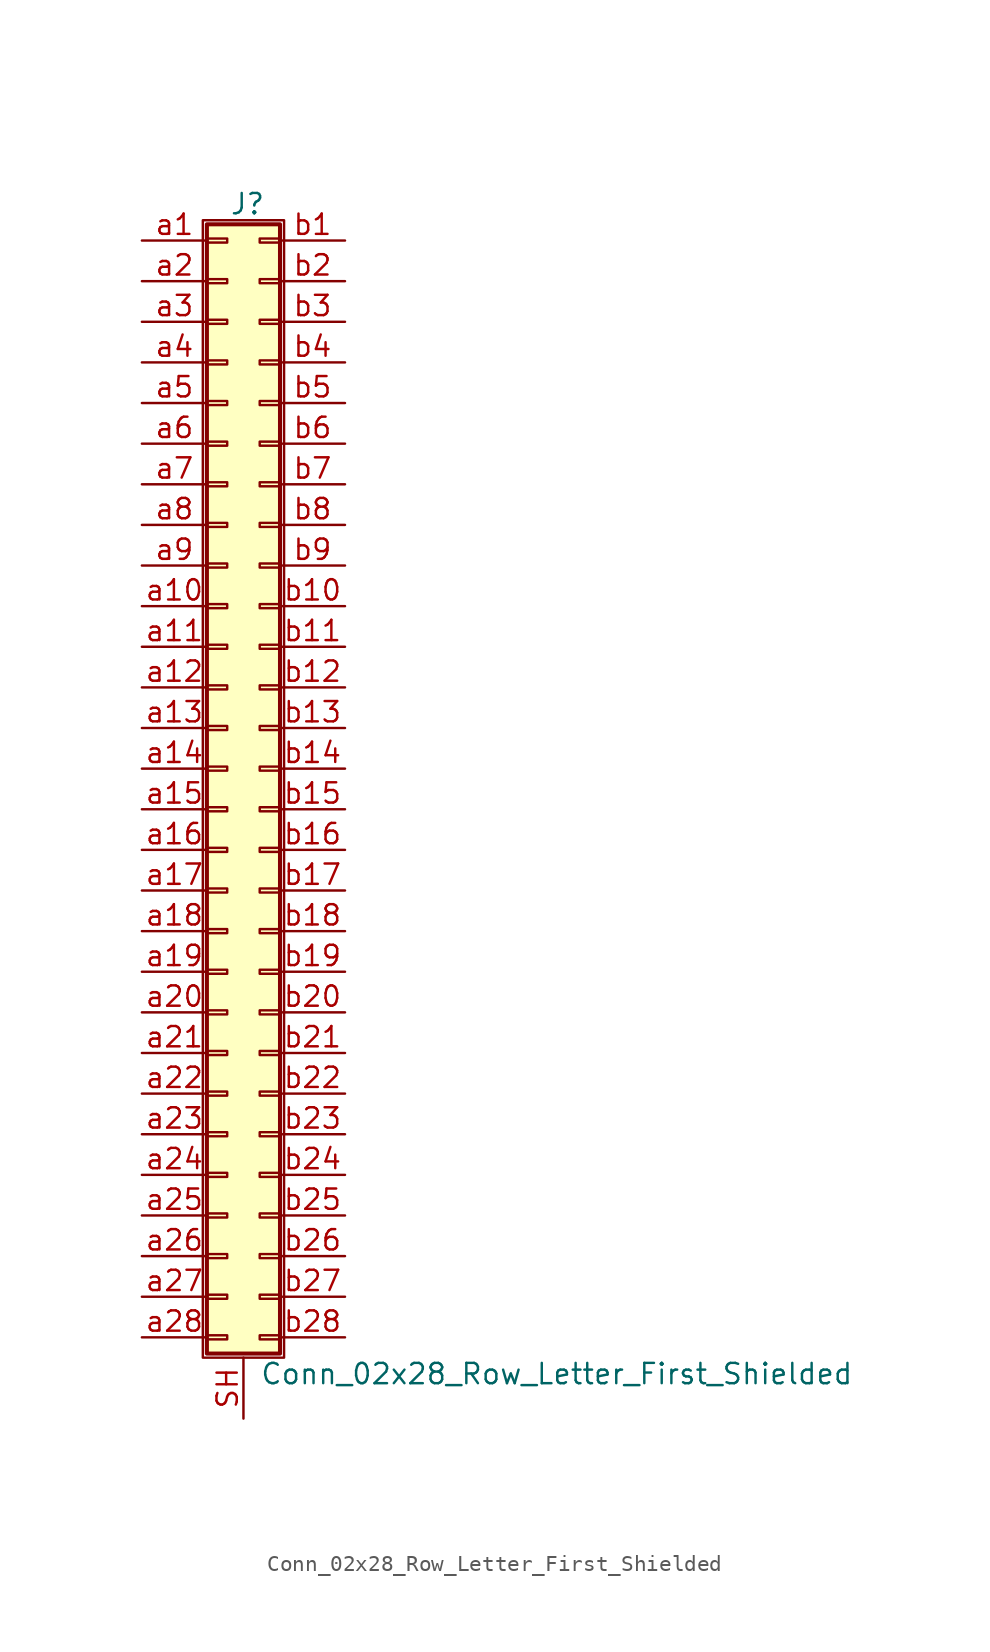
<source format=kicad_sym>
(kicad_symbol_lib
  (version 20211014)
  (generator kicad_symbol_editor)
  (symbol "Conn_02x28_Row_Letter_First_Shielded"
    (pin_names
      (offset 1.016) hide)
    (property "Reference" "J"
      (at 1.524 35.306 0)
      (effects (font (size 1.27 1.27))))
    (property "Value" "Conn_02x28_Row_Letter_First_Shielded"
      (at 2.286 -37.846 0)
      (effects (font (size 1.27 1.27)) (justify left)))
    (symbol "Conn_02x28_Row_Letter_First_Shielded_1_1"
      (rectangle (start -1.27 34.29) (end 3.81 -36.83) (stroke (width 0.152) (type default) (color 0 0 0 0)) (fill (type none)))
      (rectangle (start -1.016 -35.433) (end 0.254 -35.687) (stroke (width 0.152) (type default) (color 0 0 0 0)) (fill (type none)))
      (rectangle (start -1.016 -32.893) (end 0.254 -33.147) (stroke (width 0.152) (type default) (color 0 0 0 0)) (fill (type none)))
      (rectangle (start -1.016 -30.353) (end 0.254 -30.607) (stroke (width 0.152) (type default) (color 0 0 0 0)) (fill (type none)))
      (rectangle (start -1.016 -27.813) (end 0.254 -28.067) (stroke (width 0.152) (type default) (color 0 0 0 0)) (fill (type none)))
      (rectangle (start -1.016 -25.273) (end 0.254 -25.527) (stroke (width 0.152) (type default) (color 0 0 0 0)) (fill (type none)))
      (rectangle (start -1.016 -22.733) (end 0.254 -22.987) (stroke (width 0.152) (type default) (color 0 0 0 0)) (fill (type none)))
      (rectangle (start -1.016 -20.193) (end 0.254 -20.447) (stroke (width 0.152) (type default) (color 0 0 0 0)) (fill (type none)))
      (rectangle (start -1.016 -17.653) (end 0.254 -17.907) (stroke (width 0.152) (type default) (color 0 0 0 0)) (fill (type none)))
      (rectangle (start -1.016 -15.113) (end 0.254 -15.367) (stroke (width 0.152) (type default) (color 0 0 0 0)) (fill (type none)))
      (rectangle (start -1.016 -12.573) (end 0.254 -12.827) (stroke (width 0.152) (type default) (color 0 0 0 0)) (fill (type none)))
      (rectangle (start -1.016 -10.033) (end 0.254 -10.287) (stroke (width 0.152) (type default) (color 0 0 0 0)) (fill (type none)))
      (rectangle (start -1.016 -7.493) (end 0.254 -7.747) (stroke (width 0.152) (type default) (color 0 0 0 0)) (fill (type none)))
      (rectangle (start -1.016 -4.953) (end 0.254 -5.207) (stroke (width 0.152) (type default) (color 0 0 0 0)) (fill (type none)))
      (rectangle (start -1.016 -2.413) (end 0.254 -2.667) (stroke (width 0.152) (type default) (color 0 0 0 0)) (fill (type none)))
      (rectangle (start -1.016 0.127) (end 0.254 -0.127) (stroke (width 0.152) (type default) (color 0 0 0 0)) (fill (type none)))
      (rectangle (start -1.016 2.667) (end 0.254 2.413) (stroke (width 0.152) (type default) (color 0 0 0 0)) (fill (type none)))
      (rectangle (start -1.016 5.207) (end 0.254 4.953) (stroke (width 0.152) (type default) (color 0 0 0 0)) (fill (type none)))
      (rectangle (start -1.016 7.747) (end 0.254 7.493) (stroke (width 0.152) (type default) (color 0 0 0 0)) (fill (type none)))
      (rectangle (start -1.016 10.287) (end 0.254 10.033) (stroke (width 0.152) (type default) (color 0 0 0 0)) (fill (type none)))
      (rectangle (start -1.016 12.827) (end 0.254 12.573) (stroke (width 0.152) (type default) (color 0 0 0 0)) (fill (type none)))
      (rectangle (start -1.016 15.367) (end 0.254 15.113) (stroke (width 0.152) (type default) (color 0 0 0 0)) (fill (type none)))
      (rectangle (start -1.016 17.907) (end 0.254 17.653) (stroke (width 0.152) (type default) (color 0 0 0 0)) (fill (type none)))
      (rectangle (start -1.016 20.447) (end 0.254 20.193) (stroke (width 0.152) (type default) (color 0 0 0 0)) (fill (type none)))
      (rectangle (start -1.016 22.987) (end 0.254 22.733) (stroke (width 0.152) (type default) (color 0 0 0 0)) (fill (type none)))
      (rectangle (start -1.016 25.527) (end 0.254 25.273) (stroke (width 0.152) (type default) (color 0 0 0 0)) (fill (type none)))
      (rectangle (start -1.016 28.067) (end 0.254 27.813) (stroke (width 0.152) (type default) (color 0 0 0 0)) (fill (type none)))
      (rectangle (start -1.016 30.607) (end 0.254 30.353) (stroke (width 0.152) (type default) (color 0 0 0 0)) (fill (type none)))
      (rectangle (start -1.016 33.147) (end 0.254 32.893) (stroke (width 0.152) (type default) (color 0 0 0 0)) (fill (type none)))
      (rectangle (start -1.016 34.036) (end 3.556 -36.576) (stroke (width 0.254) (type default) (color 0 0 0 0)) (fill (type background)))
      (rectangle (start 3.556 -35.433) (end 2.286 -35.687) (stroke (width 0.152) (type default) (color 0 0 0 0)) (fill (type none)))
      (rectangle (start 3.556 -32.893) (end 2.286 -33.147) (stroke (width 0.152) (type default) (color 0 0 0 0)) (fill (type none)))
      (rectangle (start 3.556 -30.353) (end 2.286 -30.607) (stroke (width 0.152) (type default) (color 0 0 0 0)) (fill (type none)))
      (rectangle (start 3.556 -27.813) (end 2.286 -28.067) (stroke (width 0.152) (type default) (color 0 0 0 0)) (fill (type none)))
      (rectangle (start 3.556 -25.273) (end 2.286 -25.527) (stroke (width 0.152) (type default) (color 0 0 0 0)) (fill (type none)))
      (rectangle (start 3.556 -22.733) (end 2.286 -22.987) (stroke (width 0.152) (type default) (color 0 0 0 0)) (fill (type none)))
      (rectangle (start 3.556 -20.193) (end 2.286 -20.447) (stroke (width 0.152) (type default) (color 0 0 0 0)) (fill (type none)))
      (rectangle (start 3.556 -17.653) (end 2.286 -17.907) (stroke (width 0.152) (type default) (color 0 0 0 0)) (fill (type none)))
      (rectangle (start 3.556 -15.113) (end 2.286 -15.367) (stroke (width 0.152) (type default) (color 0 0 0 0)) (fill (type none)))
      (rectangle (start 3.556 -12.573) (end 2.286 -12.827) (stroke (width 0.152) (type default) (color 0 0 0 0)) (fill (type none)))
      (rectangle (start 3.556 -10.033) (end 2.286 -10.287) (stroke (width 0.152) (type default) (color 0 0 0 0)) (fill (type none)))
      (rectangle (start 3.556 -7.493) (end 2.286 -7.747) (stroke (width 0.152) (type default) (color 0 0 0 0)) (fill (type none)))
      (rectangle (start 3.556 -4.953) (end 2.286 -5.207) (stroke (width 0.152) (type default) (color 0 0 0 0)) (fill (type none)))
      (rectangle (start 3.556 -2.413) (end 2.286 -2.667) (stroke (width 0.152) (type default) (color 0 0 0 0)) (fill (type none)))
      (rectangle (start 3.556 0.127) (end 2.286 -0.127) (stroke (width 0.152) (type default) (color 0 0 0 0)) (fill (type none)))
      (rectangle (start 3.556 2.667) (end 2.286 2.413) (stroke (width 0.152) (type default) (color 0 0 0 0)) (fill (type none)))
      (rectangle (start 3.556 5.207) (end 2.286 4.953) (stroke (width 0.152) (type default) (color 0 0 0 0)) (fill (type none)))
      (rectangle (start 3.556 7.747) (end 2.286 7.493) (stroke (width 0.152) (type default) (color 0 0 0 0)) (fill (type none)))
      (rectangle (start 3.556 10.287) (end 2.286 10.033) (stroke (width 0.152) (type default) (color 0 0 0 0)) (fill (type none)))
      (rectangle (start 3.556 12.827) (end 2.286 12.573) (stroke (width 0.152) (type default) (color 0 0 0 0)) (fill (type none)))
      (rectangle (start 3.556 15.367) (end 2.286 15.113) (stroke (width 0.152) (type default) (color 0 0 0 0)) (fill (type none)))
      (rectangle (start 3.556 17.907) (end 2.286 17.653) (stroke (width 0.152) (type default) (color 0 0 0 0)) (fill (type none)))
      (rectangle (start 3.556 20.447) (end 2.286 20.193) (stroke (width 0.152) (type default) (color 0 0 0 0)) (fill (type none)))
      (rectangle (start 3.556 22.987) (end 2.286 22.733) (stroke (width 0.152) (type default) (color 0 0 0 0)) (fill (type none)))
      (rectangle (start 3.556 25.527) (end 2.286 25.273) (stroke (width 0.152) (type default) (color 0 0 0 0)) (fill (type none)))
      (rectangle (start 3.556 28.067) (end 2.286 27.813) (stroke (width 0.152) (type default) (color 0 0 0 0)) (fill (type none)))
      (rectangle (start 3.556 30.607) (end 2.286 30.353) (stroke (width 0.152) (type default) (color 0 0 0 0)) (fill (type none)))
      (rectangle (start 3.556 33.147) (end 2.286 32.893) (stroke (width 0.152) (type default) (color 0 0 0 0)) (fill (type none)))
      (pin passive line (at 1.27 -40.64 90) (length 3.81) (name "Shield" (effects (font (size 1.27 1.27)))) (number "SH" (effects (font (size 1.27 1.27)))))
      (pin passive line (at -5.08 33.02 0) (length 4.064) (name "Pin_a1" (effects (font (size 1.27 1.27)))) (number "a1" (effects (font (size 1.27 1.27)))))
      (pin passive line (at -5.08 10.16 0) (length 4.064) (name "Pin_a10" (effects (font (size 1.27 1.27)))) (number "a10" (effects (font (size 1.27 1.27)))))
      (pin passive line (at -5.08 7.62 0) (length 4.064) (name "Pin_a11" (effects (font (size 1.27 1.27)))) (number "a11" (effects (font (size 1.27 1.27)))))
      (pin passive line (at -5.08 5.08 0) (length 4.064) (name "Pin_a12" (effects (font (size 1.27 1.27)))) (number "a12" (effects (font (size 1.27 1.27)))))
      (pin passive line (at -5.08 2.54 0) (length 4.064) (name "Pin_a13" (effects (font (size 1.27 1.27)))) (number "a13" (effects (font (size 1.27 1.27)))))
      (pin passive line (at -5.08 0 0) (length 4.064) (name "Pin_a14" (effects (font (size 1.27 1.27)))) (number "a14" (effects (font (size 1.27 1.27)))))
      (pin passive line (at -5.08 -2.54 0) (length 4.064) (name "Pin_a15" (effects (font (size 1.27 1.27)))) (number "a15" (effects (font (size 1.27 1.27)))))
      (pin passive line (at -5.08 -5.08 0) (length 4.064) (name "Pin_a16" (effects (font (size 1.27 1.27)))) (number "a16" (effects (font (size 1.27 1.27)))))
      (pin passive line (at -5.08 -7.62 0) (length 4.064) (name "Pin_a17" (effects (font (size 1.27 1.27)))) (number "a17" (effects (font (size 1.27 1.27)))))
      (pin passive line (at -5.08 -10.16 0) (length 4.064) (name "Pin_a18" (effects (font (size 1.27 1.27)))) (number "a18" (effects (font (size 1.27 1.27)))))
      (pin passive line (at -5.08 -12.7 0) (length 4.064) (name "Pin_a19" (effects (font (size 1.27 1.27)))) (number "a19" (effects (font (size 1.27 1.27)))))
      (pin passive line (at -5.08 30.48 0) (length 4.064) (name "Pin_a2" (effects (font (size 1.27 1.27)))) (number "a2" (effects (font (size 1.27 1.27)))))
      (pin passive line (at -5.08 -15.24 0) (length 4.064) (name "Pin_a20" (effects (font (size 1.27 1.27)))) (number "a20" (effects (font (size 1.27 1.27)))))
      (pin passive line (at -5.08 -17.78 0) (length 4.064) (name "Pin_a21" (effects (font (size 1.27 1.27)))) (number "a21" (effects (font (size 1.27 1.27)))))
      (pin passive line (at -5.08 -20.32 0) (length 4.064) (name "Pin_a22" (effects (font (size 1.27 1.27)))) (number "a22" (effects (font (size 1.27 1.27)))))
      (pin passive line (at -5.08 -22.86 0) (length 4.064) (name "Pin_a23" (effects (font (size 1.27 1.27)))) (number "a23" (effects (font (size 1.27 1.27)))))
      (pin passive line (at -5.08 -25.4 0) (length 4.064) (name "Pin_a24" (effects (font (size 1.27 1.27)))) (number "a24" (effects (font (size 1.27 1.27)))))
      (pin passive line (at -5.08 -27.94 0) (length 4.064) (name "Pin_a25" (effects (font (size 1.27 1.27)))) (number "a25" (effects (font (size 1.27 1.27)))))
      (pin passive line (at -5.08 -30.48 0) (length 4.064) (name "Pin_a26" (effects (font (size 1.27 1.27)))) (number "a26" (effects (font (size 1.27 1.27)))))
      (pin passive line (at -5.08 -33.02 0) (length 4.064) (name "Pin_a27" (effects (font (size 1.27 1.27)))) (number "a27" (effects (font (size 1.27 1.27)))))
      (pin passive line (at -5.08 -35.56 0) (length 4.064) (name "Pin_a28" (effects (font (size 1.27 1.27)))) (number "a28" (effects (font (size 1.27 1.27)))))
      (pin passive line (at -5.08 27.94 0) (length 4.064) (name "Pin_a3" (effects (font (size 1.27 1.27)))) (number "a3" (effects (font (size 1.27 1.27)))))
      (pin passive line (at -5.08 25.4 0) (length 4.064) (name "Pin_a4" (effects (font (size 1.27 1.27)))) (number "a4" (effects (font (size 1.27 1.27)))))
      (pin passive line (at -5.08 22.86 0) (length 4.064) (name "Pin_a5" (effects (font (size 1.27 1.27)))) (number "a5" (effects (font (size 1.27 1.27)))))
      (pin passive line (at -5.08 20.32 0) (length 4.064) (name "Pin_a6" (effects (font (size 1.27 1.27)))) (number "a6" (effects (font (size 1.27 1.27)))))
      (pin passive line (at -5.08 17.78 0) (length 4.064) (name "Pin_a7" (effects (font (size 1.27 1.27)))) (number "a7" (effects (font (size 1.27 1.27)))))
      (pin passive line (at -5.08 15.24 0) (length 4.064) (name "Pin_a8" (effects (font (size 1.27 1.27)))) (number "a8" (effects (font (size 1.27 1.27)))))
      (pin passive line (at -5.08 12.7 0) (length 4.064) (name "Pin_a9" (effects (font (size 1.27 1.27)))) (number "a9" (effects (font (size 1.27 1.27)))))
      (pin passive line (at 7.62 33.02 180) (length 4.064) (name "Pin_b1" (effects (font (size 1.27 1.27)))) (number "b1" (effects (font (size 1.27 1.27)))))
      (pin passive line (at 7.62 10.16 180) (length 4.064) (name "Pin_b10" (effects (font (size 1.27 1.27)))) (number "b10" (effects (font (size 1.27 1.27)))))
      (pin passive line (at 7.62 7.62 180) (length 4.064) (name "Pin_b11" (effects (font (size 1.27 1.27)))) (number "b11" (effects (font (size 1.27 1.27)))))
      (pin passive line (at 7.62 5.08 180) (length 4.064) (name "Pin_b12" (effects (font (size 1.27 1.27)))) (number "b12" (effects (font (size 1.27 1.27)))))
      (pin passive line (at 7.62 2.54 180) (length 4.064) (name "Pin_b13" (effects (font (size 1.27 1.27)))) (number "b13" (effects (font (size 1.27 1.27)))))
      (pin passive line (at 7.62 0 180) (length 4.064) (name "Pin_b14" (effects (font (size 1.27 1.27)))) (number "b14" (effects (font (size 1.27 1.27)))))
      (pin passive line (at 7.62 -2.54 180) (length 4.064) (name "Pin_b15" (effects (font (size 1.27 1.27)))) (number "b15" (effects (font (size 1.27 1.27)))))
      (pin passive line (at 7.62 -5.08 180) (length 4.064) (name "Pin_b16" (effects (font (size 1.27 1.27)))) (number "b16" (effects (font (size 1.27 1.27)))))
      (pin passive line (at 7.62 -7.62 180) (length 4.064) (name "Pin_b17" (effects (font (size 1.27 1.27)))) (number "b17" (effects (font (size 1.27 1.27)))))
      (pin passive line (at 7.62 -10.16 180) (length 4.064) (name "Pin_b18" (effects (font (size 1.27 1.27)))) (number "b18" (effects (font (size 1.27 1.27)))))
      (pin passive line (at 7.62 -12.7 180) (length 4.064) (name "Pin_b19" (effects (font (size 1.27 1.27)))) (number "b19" (effects (font (size 1.27 1.27)))))
      (pin passive line (at 7.62 30.48 180) (length 4.064) (name "Pin_b2" (effects (font (size 1.27 1.27)))) (number "b2" (effects (font (size 1.27 1.27)))))
      (pin passive line (at 7.62 -15.24 180) (length 4.064) (name "Pin_b20" (effects (font (size 1.27 1.27)))) (number "b20" (effects (font (size 1.27 1.27)))))
      (pin passive line (at 7.62 -17.78 180) (length 4.064) (name "Pin_b21" (effects (font (size 1.27 1.27)))) (number "b21" (effects (font (size 1.27 1.27)))))
      (pin passive line (at 7.62 -20.32 180) (length 4.064) (name "Pin_b22" (effects (font (size 1.27 1.27)))) (number "b22" (effects (font (size 1.27 1.27)))))
      (pin passive line (at 7.62 -22.86 180) (length 4.064) (name "Pin_b23" (effects (font (size 1.27 1.27)))) (number "b23" (effects (font (size 1.27 1.27)))))
      (pin passive line (at 7.62 -25.4 180) (length 4.064) (name "Pin_b24" (effects (font (size 1.27 1.27)))) (number "b24" (effects (font (size 1.27 1.27)))))
      (pin passive line (at 7.62 -27.94 180) (length 4.064) (name "Pin_b25" (effects (font (size 1.27 1.27)))) (number "b25" (effects (font (size 1.27 1.27)))))
      (pin passive line (at 7.62 -30.48 180) (length 4.064) (name "Pin_b26" (effects (font (size 1.27 1.27)))) (number "b26" (effects (font (size 1.27 1.27)))))
      (pin passive line (at 7.62 -33.02 180) (length 4.064) (name "Pin_b27" (effects (font (size 1.27 1.27)))) (number "b27" (effects (font (size 1.27 1.27)))))
      (pin passive line (at 7.62 -35.56 180) (length 4.064) (name "Pin_b28" (effects (font (size 1.27 1.27)))) (number "b28" (effects (font (size 1.27 1.27)))))
      (pin passive line (at 7.62 27.94 180) (length 4.064) (name "Pin_b3" (effects (font (size 1.27 1.27)))) (number "b3" (effects (font (size 1.27 1.27)))))
      (pin passive line (at 7.62 25.4 180) (length 4.064) (name "Pin_b4" (effects (font (size 1.27 1.27)))) (number "b4" (effects (font (size 1.27 1.27)))))
      (pin passive line (at 7.62 22.86 180) (length 4.064) (name "Pin_b5" (effects (font (size 1.27 1.27)))) (number "b5" (effects (font (size 1.27 1.27)))))
      (pin passive line (at 7.62 20.32 180) (length 4.064) (name "Pin_b6" (effects (font (size 1.27 1.27)))) (number "b6" (effects (font (size 1.27 1.27)))))
      (pin passive line (at 7.62 17.78 180) (length 4.064) (name "Pin_b7" (effects (font (size 1.27 1.27)))) (number "b7" (effects (font (size 1.27 1.27)))))
      (pin passive line (at 7.62 15.24 180) (length 4.064) (name "Pin_b8" (effects (font (size 1.27 1.27)))) (number "b8" (effects (font (size 1.27 1.27)))))
      (pin passive line (at 7.62 12.7 180) (length 4.064) (name "Pin_b9" (effects (font (size 1.27 1.27)))) (number "b9" (effects (font (size 1.27 1.27))))))))
</source>
